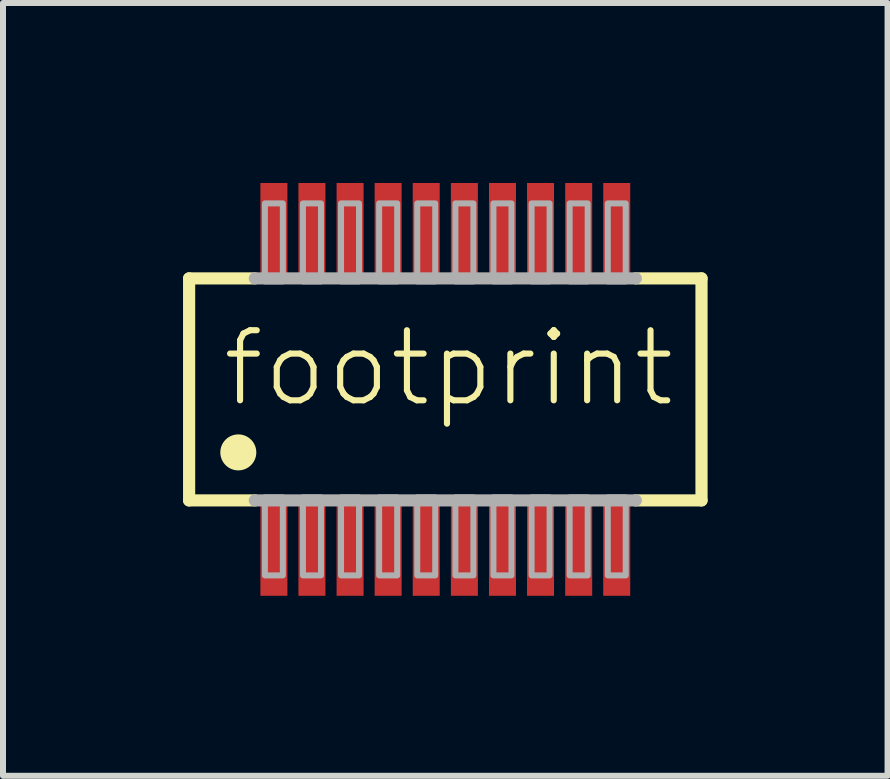
<source format=kicad_pcb>
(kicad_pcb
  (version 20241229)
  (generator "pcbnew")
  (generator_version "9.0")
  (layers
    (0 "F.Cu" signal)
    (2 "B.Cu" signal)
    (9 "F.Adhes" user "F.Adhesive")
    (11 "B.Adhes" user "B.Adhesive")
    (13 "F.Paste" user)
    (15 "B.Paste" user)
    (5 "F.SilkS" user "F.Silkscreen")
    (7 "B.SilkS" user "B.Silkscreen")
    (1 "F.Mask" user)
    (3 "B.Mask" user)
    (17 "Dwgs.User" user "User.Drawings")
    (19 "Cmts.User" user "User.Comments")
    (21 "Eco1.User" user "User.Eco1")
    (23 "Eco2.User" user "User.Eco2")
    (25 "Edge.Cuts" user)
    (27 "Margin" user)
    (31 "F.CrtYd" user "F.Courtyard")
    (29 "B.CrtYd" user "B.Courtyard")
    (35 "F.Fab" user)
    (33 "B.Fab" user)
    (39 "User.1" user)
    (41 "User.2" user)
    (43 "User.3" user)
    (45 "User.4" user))
  (footprint "footprint"
    (layer "F.Cu")
    (at 4.372 3.44)
    (property "Reference" "footprint" (at -3.766 0.33 0) (layer "F.SilkS") (effects (font (size 1.168 1.168) (thickness 0.102)) (justify left bottom)))
    (fp_line (start -4.27 1.85) (end -4.27 -1.85) (stroke (width 0.203) (type solid)) (layer "F.SilkS"))
    (fp_line (start -4.27 1.85) (end -3.175 1.85) (stroke (width 0.203) (type solid)) (layer "F.SilkS"))
    (fp_line (start -3.175 -1.85) (end -4.27 -1.85) (stroke (width 0.203) (type solid)) (layer "F.SilkS"))
    (fp_line (start 3.175 1.85) (end 4.27 1.85) (stroke (width 0.203) (type solid)) (layer "F.SilkS"))
    (fp_line (start 4.27 -1.85) (end 3.175 -1.85) (stroke (width 0.203) (type solid)) (layer "F.SilkS"))
    (fp_line (start 4.27 -1.85) (end 4.27 1.85) (stroke (width 0.203) (type solid)) (layer "F.SilkS"))
    (fp_circle (center -3.45 1.05) (end -3.3 1.05) (stroke (width 0.3) (type solid)) (fill yes) (layer "F.SilkS"))
    (fp_line (start -3.175 1.85) (end 3.175 1.85) (stroke (width 0.203) (type solid)) (layer "F.Fab"))
    (fp_line (start 3.175 -1.85) (end -3.175 -1.85) (stroke (width 0.203) (type solid)) (layer "F.Fab"))
    (fp_poly (pts (xy -3.007 -1.8) (xy -2.708 -1.8) (xy -2.708 -3.1) (xy -3.007 -3.1)) (stroke (width 0.1) (type solid)) (fill no) (layer "F.Fab"))
    (fp_poly (pts (xy -3.007 3.1) (xy -2.708 3.1) (xy -2.708 1.8) (xy -3.007 1.8)) (stroke (width 0.1) (type solid)) (fill no) (layer "F.Fab"))
    (fp_poly (pts (xy -2.373 -1.8) (xy -2.072 -1.8) (xy -2.072 -3.1) (xy -2.373 -3.1)) (stroke (width 0.1) (type solid)) (fill no) (layer "F.Fab"))
    (fp_poly (pts (xy -2.373 3.1) (xy -2.072 3.1) (xy -2.072 1.8) (xy -2.373 1.8)) (stroke (width 0.1) (type solid)) (fill no) (layer "F.Fab"))
    (fp_poly (pts (xy -1.738 -1.8) (xy -1.438 -1.8) (xy -1.438 -3.1) (xy -1.738 -3.1)) (stroke (width 0.1) (type solid)) (fill no) (layer "F.Fab"))
    (fp_poly (pts (xy -1.738 3.1) (xy -1.438 3.1) (xy -1.438 1.8) (xy -1.738 1.8)) (stroke (width 0.1) (type solid)) (fill no) (layer "F.Fab"))
    (fp_poly (pts (xy -1.103 -1.8) (xy -0.802 -1.8) (xy -0.802 -3.1) (xy -1.103 -3.1)) (stroke (width 0.1) (type solid)) (fill no) (layer "F.Fab"))
    (fp_poly (pts (xy -1.103 3.1) (xy -0.802 3.1) (xy -0.802 1.8) (xy -1.103 1.8)) (stroke (width 0.1) (type solid)) (fill no) (layer "F.Fab"))
    (fp_poly (pts (xy -0.468 -1.8) (xy -0.168 -1.8) (xy -0.168 -3.1) (xy -0.468 -3.1)) (stroke (width 0.1) (type solid)) (fill no) (layer "F.Fab"))
    (fp_poly (pts (xy -0.468 3.1) (xy -0.168 3.1) (xy -0.168 1.8) (xy -0.468 1.8)) (stroke (width 0.1) (type solid)) (fill no) (layer "F.Fab"))
    (fp_poly (pts (xy 0.168 -1.8) (xy 0.468 -1.8) (xy 0.468 -3.1) (xy 0.168 -3.1)) (stroke (width 0.1) (type solid)) (fill no) (layer "F.Fab"))
    (fp_poly (pts (xy 0.168 3.1) (xy 0.468 3.1) (xy 0.468 1.8) (xy 0.168 1.8)) (stroke (width 0.1) (type solid)) (fill no) (layer "F.Fab"))
    (fp_poly (pts (xy 0.802 -1.8) (xy 1.103 -1.8) (xy 1.103 -3.1) (xy 0.802 -3.1)) (stroke (width 0.1) (type solid)) (fill no) (layer "F.Fab"))
    (fp_poly (pts (xy 0.802 3.1) (xy 1.103 3.1) (xy 1.103 1.8) (xy 0.802 1.8)) (stroke (width 0.1) (type solid)) (fill no) (layer "F.Fab"))
    (fp_poly (pts (xy 1.438 -1.8) (xy 1.738 -1.8) (xy 1.738 -3.1) (xy 1.438 -3.1)) (stroke (width 0.1) (type solid)) (fill no) (layer "F.Fab"))
    (fp_poly (pts (xy 1.438 3.1) (xy 1.738 3.1) (xy 1.738 1.8) (xy 1.438 1.8)) (stroke (width 0.1) (type solid)) (fill no) (layer "F.Fab"))
    (fp_poly (pts (xy 2.072 -1.8) (xy 2.373 -1.8) (xy 2.373 -3.1) (xy 2.072 -3.1)) (stroke (width 0.1) (type solid)) (fill no) (layer "F.Fab"))
    (fp_poly (pts (xy 2.072 3.1) (xy 2.373 3.1) (xy 2.373 1.8) (xy 2.072 1.8)) (stroke (width 0.1) (type solid)) (fill no) (layer "F.Fab"))
    (fp_poly (pts (xy 2.708 -1.8) (xy 3.007 -1.8) (xy 3.007 -3.1) (xy 2.708 -3.1)) (stroke (width 0.1) (type solid)) (fill no) (layer "F.Fab"))
    (fp_poly (pts (xy 2.708 3.1) (xy 3.007 3.1) (xy 3.007 1.8) (xy 2.708 1.8)) (stroke (width 0.1) (type solid)) (fill no) (layer "F.Fab"))
    (pad "1" smd rect (at -2.857 2.69) (size 0.45 1.5) (layers "F.Cu" "F.Mask" "F.Paste"))
    (pad "2" smd rect (at -2.223 2.69) (size 0.45 1.5) (layers "F.Cu" "F.Mask" "F.Paste"))
    (pad "3" smd rect (at -1.587 2.69) (size 0.45 1.5) (layers "F.Cu" "F.Mask" "F.Paste"))
    (pad "4" smd rect (at -0.953 2.69) (size 0.45 1.5) (layers "F.Cu" "F.Mask" "F.Paste"))
    (pad "5" smd rect (at -0.318 2.69) (size 0.45 1.5) (layers "F.Cu" "F.Mask" "F.Paste"))
    (pad "6" smd rect (at 0.318 2.69) (size 0.45 1.5) (layers "F.Cu" "F.Mask" "F.Paste"))
    (pad "7" smd rect (at 0.953 2.69) (size 0.45 1.5) (layers "F.Cu" "F.Mask" "F.Paste"))
    (pad "8" smd rect (at 1.587 2.69) (size 0.45 1.5) (layers "F.Cu" "F.Mask" "F.Paste"))
    (pad "9" smd rect (at 2.223 2.69) (size 0.45 1.5) (layers "F.Cu" "F.Mask" "F.Paste"))
    (pad "10" smd rect (at 2.857 2.69) (size 0.45 1.5) (layers "F.Cu" "F.Mask" "F.Paste"))
    (pad "11" smd rect (at 2.857 -2.69) (size 0.45 1.5) (layers "F.Cu" "F.Mask" "F.Paste"))
    (pad "12" smd rect (at 2.223 -2.69) (size 0.45 1.5) (layers "F.Cu" "F.Mask" "F.Paste"))
    (pad "13" smd rect (at 1.587 -2.69) (size 0.45 1.5) (layers "F.Cu" "F.Mask" "F.Paste"))
    (pad "14" smd rect (at 0.953 -2.69) (size 0.45 1.5) (layers "F.Cu" "F.Mask" "F.Paste"))
    (pad "15" smd rect (at 0.318 -2.69) (size 0.45 1.5) (layers "F.Cu" "F.Mask" "F.Paste"))
    (pad "16" smd rect (at -0.318 -2.69) (size 0.45 1.5) (layers "F.Cu" "F.Mask" "F.Paste"))
    (pad "17" smd rect (at -0.953 -2.69) (size 0.45 1.5) (layers "F.Cu" "F.Mask" "F.Paste"))
    (pad "18" smd rect (at -1.587 -2.69) (size 0.45 1.5) (layers "F.Cu" "F.Mask" "F.Paste"))
    (pad "19" smd rect (at -2.223 -2.69) (size 0.45 1.5) (layers "F.Cu" "F.Mask" "F.Paste"))
    (pad "20" smd rect (at -2.857 -2.69) (size 0.45 1.5) (layers "F.Cu" "F.Mask" "F.Paste")))
  (gr_rect
    (start -3 -3)
    (end 11.743 9.88)
    (stroke (width 0.1) (type default))
    (fill no)
    (layer "Edge.Cuts")))
</source>
